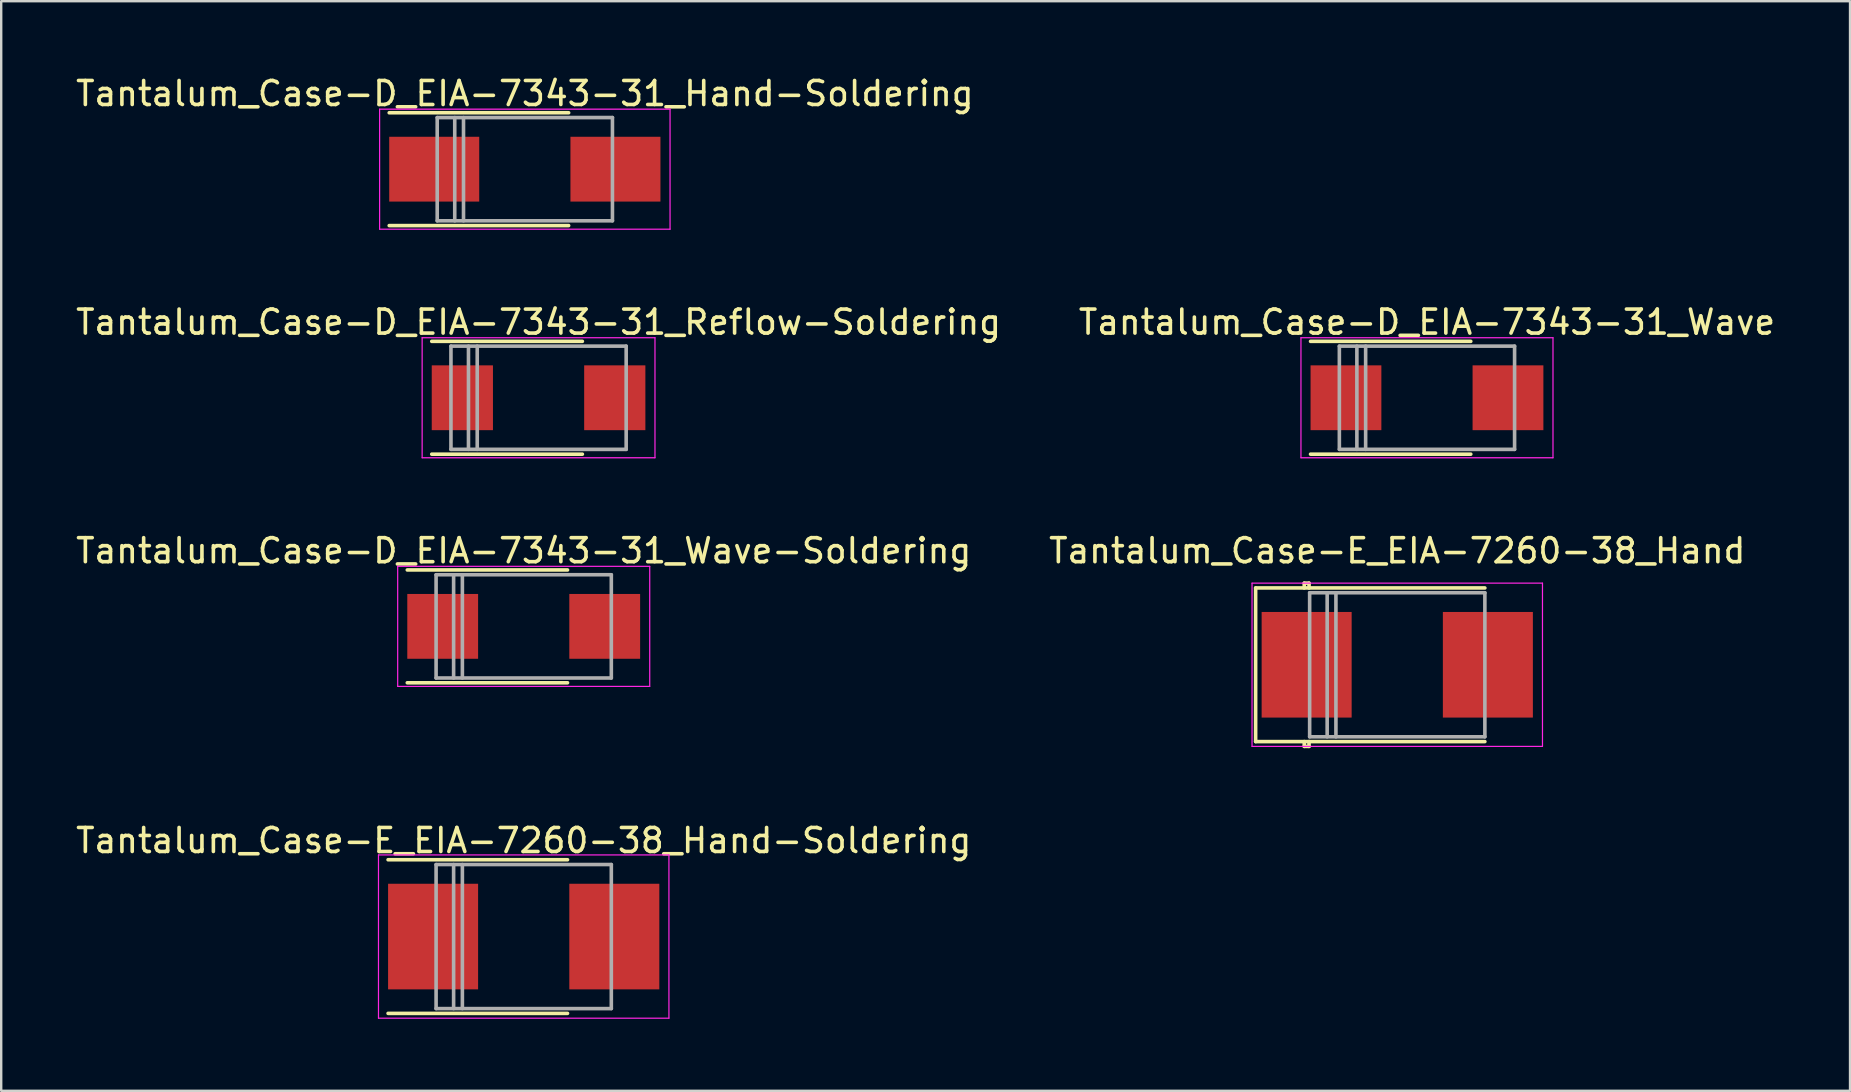
<source format=kicad_pcb>
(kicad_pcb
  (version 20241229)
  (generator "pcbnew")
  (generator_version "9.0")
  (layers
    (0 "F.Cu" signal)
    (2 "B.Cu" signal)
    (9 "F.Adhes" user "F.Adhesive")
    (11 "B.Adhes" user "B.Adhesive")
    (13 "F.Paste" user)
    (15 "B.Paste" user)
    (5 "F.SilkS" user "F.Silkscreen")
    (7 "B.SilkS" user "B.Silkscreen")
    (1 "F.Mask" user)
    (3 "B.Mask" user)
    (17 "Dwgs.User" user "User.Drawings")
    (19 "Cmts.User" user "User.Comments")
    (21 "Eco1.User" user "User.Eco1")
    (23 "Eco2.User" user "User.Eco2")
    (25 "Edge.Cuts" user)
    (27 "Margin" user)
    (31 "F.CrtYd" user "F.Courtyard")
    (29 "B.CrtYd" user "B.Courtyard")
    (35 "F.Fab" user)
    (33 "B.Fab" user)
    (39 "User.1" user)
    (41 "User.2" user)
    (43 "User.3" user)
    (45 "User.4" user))
  (footprint "Tantalum_Case-D_EIA-7343-31_Hand-Soldering"
    (layer "F.Cu")
    (at 18.815 3.998)
    (property "Reference" "Tantalum_Case-D_EIA-7343-31_Hand-Soldering" (at 0 -3.15 0) (layer "F.SilkS") (effects (font (size 1 1) (thickness 0.15))))
    (attr smd)
    (fp_line (start 1.825 -2.35) (end -5.65 -2.35) (stroke (width 0.15) (type solid)) (layer "F.SilkS"))
    (fp_line (start 1.825 2.35) (end -5.65 2.35) (stroke (width 0.15) (type solid)) (layer "F.SilkS"))
    (fp_line (start -6.05 -2.5) (end -6.05 2.5) (stroke (width 0.05) (type solid)) (layer "F.CrtYd"))
    (fp_line (start -6.05 2.5) (end 6.05 2.5) (stroke (width 0.05) (type solid)) (layer "F.CrtYd"))
    (fp_line (start 6.05 -2.5) (end -6.05 -2.5) (stroke (width 0.05) (type solid)) (layer "F.CrtYd"))
    (fp_line (start 6.05 2.5) (end 6.05 -2.5) (stroke (width 0.05) (type solid)) (layer "F.CrtYd"))
    (fp_line (start -3.65 -2.15) (end -3.65 2.15) (stroke (width 0.15) (type solid)) (layer "F.Fab"))
    (fp_line (start -3.65 2.15) (end 3.65 2.15) (stroke (width 0.15) (type solid)) (layer "F.Fab"))
    (fp_line (start -2.92 -2.15) (end -2.92 2.15) (stroke (width 0.15) (type solid)) (layer "F.Fab"))
    (fp_line (start -2.555 -2.15) (end -2.555 2.15) (stroke (width 0.15) (type solid)) (layer "F.Fab"))
    (fp_line (start 3.65 -2.15) (end -3.65 -2.15) (stroke (width 0.15) (type solid)) (layer "F.Fab"))
    (fp_line (start 3.65 2.15) (end 3.65 -2.15) (stroke (width 0.15) (type solid)) (layer "F.Fab"))
    (pad "1" smd rect (at -3.775 0) (size 3.75 2.7) (layers "F.Cu" "F.Mask" "F.Paste"))
    (pad "2" smd rect (at 3.775 0) (size 3.75 2.7) (layers "F.Cu" "F.Mask" "F.Paste")))
  (footprint "Tantalum_Case-E_EIA-7260-38_Hand-Soldering"
    (layer "F.Cu")
    (at 18.768 35.968)
    (property "Reference" "Tantalum_Case-E_EIA-7260-38_Hand-Soldering" (at 0 -4 0) (layer "F.SilkS") (effects (font (size 1 1) (thickness 0.15))))
    (attr smd)
    (fp_line (start 1.825 -3.2) (end -5.65 -3.2) (stroke (width 0.15) (type solid)) (layer "F.SilkS"))
    (fp_line (start 1.825 3.2) (end -5.65 3.2) (stroke (width 0.15) (type solid)) (layer "F.SilkS"))
    (fp_line (start -6.05 -3.4) (end -6.05 3.4) (stroke (width 0.05) (type solid)) (layer "F.CrtYd"))
    (fp_line (start -6.05 3.4) (end 6.05 3.4) (stroke (width 0.05) (type solid)) (layer "F.CrtYd"))
    (fp_line (start 6.05 -3.4) (end -6.05 -3.4) (stroke (width 0.05) (type solid)) (layer "F.CrtYd"))
    (fp_line (start 6.05 3.4) (end 6.05 -3.4) (stroke (width 0.05) (type solid)) (layer "F.CrtYd"))
    (fp_line (start -3.65 -3) (end -3.65 3) (stroke (width 0.15) (type solid)) (layer "F.Fab"))
    (fp_line (start -3.65 3) (end 3.65 3) (stroke (width 0.15) (type solid)) (layer "F.Fab"))
    (fp_line (start -2.92 -3) (end -2.92 3) (stroke (width 0.15) (type solid)) (layer "F.Fab"))
    (fp_line (start -2.555 -3) (end -2.555 3) (stroke (width 0.15) (type solid)) (layer "F.Fab"))
    (fp_line (start 3.65 -3) (end -3.65 -3) (stroke (width 0.15) (type solid)) (layer "F.Fab"))
    (fp_line (start 3.65 3) (end 3.65 -3) (stroke (width 0.15) (type solid)) (layer "F.Fab"))
    (pad "1" smd rect (at -3.775 0) (size 3.75 4.4) (layers "F.Cu" "F.Mask" "F.Paste"))
    (pad "2" smd rect (at 3.775 0) (size 3.75 4.4) (layers "F.Cu" "F.Mask" "F.Paste")))
  (footprint "Tantalum_Case-E_EIA-7260-38_Hand"
    (layer "F.Cu")
    (at 55.161 24.645)
    (property "Reference" "Tantalum_Case-E_EIA-7260-38_Hand" (at 0 -4.75 0) (layer "F.SilkS") (effects (font (size 1 1) (thickness 0.15))))
    (attr smd)
    (fp_line (start -5.9 -3.2) (end -5.9 3.2) (stroke (width 0.15) (type solid)) (layer "F.SilkS"))
    (fp_line (start -5.9 -3.2) (end 3.65 -3.2) (stroke (width 0.15) (type solid)) (layer "F.SilkS"))
    (fp_line (start -5.9 3.2) (end 3.65 3.2) (stroke (width 0.15) (type solid)) (layer "F.SilkS"))
    (fp_line (start -3.875 -3.4) (end -3.675 -3.4) (stroke (width 0.15) (type solid)) (layer "F.SilkS"))
    (fp_line (start -3.875 -3.2) (end -3.875 -3.4) (stroke (width 0.15) (type solid)) (layer "F.SilkS"))
    (fp_line (start -3.875 3.2) (end -3.875 3.4) (stroke (width 0.15) (type solid)) (layer "F.SilkS"))
    (fp_line (start -3.875 3.4) (end -3.675 3.4) (stroke (width 0.15) (type solid)) (layer "F.SilkS"))
    (fp_line (start -3.675 -3.4) (end -3.675 -3.2) (stroke (width 0.15) (type solid)) (layer "F.SilkS"))
    (fp_line (start -3.675 3.4) (end -3.675 3.2) (stroke (width 0.15) (type solid)) (layer "F.SilkS"))
    (fp_line (start -6.05 -3.4) (end -6.05 3.4) (stroke (width 0.05) (type solid)) (layer "F.CrtYd"))
    (fp_line (start -6.05 3.4) (end 6.05 3.4) (stroke (width 0.05) (type solid)) (layer "F.CrtYd"))
    (fp_line (start 6.05 -3.4) (end -6.05 -3.4) (stroke (width 0.05) (type solid)) (layer "F.CrtYd"))
    (fp_line (start 6.05 3.4) (end 6.05 -3.4) (stroke (width 0.05) (type solid)) (layer "F.CrtYd"))
    (fp_line (start -3.65 -3) (end -3.65 3) (stroke (width 0.15) (type solid)) (layer "F.Fab"))
    (fp_line (start -3.65 3) (end 3.65 3) (stroke (width 0.15) (type solid)) (layer "F.Fab"))
    (fp_line (start -2.92 -3) (end -2.92 3) (stroke (width 0.15) (type solid)) (layer "F.Fab"))
    (fp_line (start -2.555 -3) (end -2.555 3) (stroke (width 0.15) (type solid)) (layer "F.Fab"))
    (fp_line (start 3.65 -3) (end -3.65 -3) (stroke (width 0.15) (type solid)) (layer "F.Fab"))
    (fp_line (start 3.65 3) (end 3.65 -3) (stroke (width 0.15) (type solid)) (layer "F.Fab"))
    (pad "1" smd rect (at -3.775 0) (size 3.75 4.4) (layers "F.Cu" "F.Mask" "F.Paste"))
    (pad "2" smd rect (at 3.775 0) (size 3.75 4.4) (layers "F.Cu" "F.Mask" "F.Paste")))
  (footprint "Tantalum_Case-D_EIA-7343-31_Reflow-Soldering"
    (layer "F.Cu")
    (at 19.387 13.521)
    (property "Reference" "Tantalum_Case-D_EIA-7343-31_Reflow-Soldering" (at 0 -3.15 0) (layer "F.SilkS") (effects (font (size 1 1) (thickness 0.15))))
    (attr smd)
    (fp_line (start 1.825 -2.35) (end -4.45 -2.35) (stroke (width 0.15) (type solid)) (layer "F.SilkS"))
    (fp_line (start 1.825 2.35) (end -4.45 2.35) (stroke (width 0.15) (type solid)) (layer "F.SilkS"))
    (fp_line (start -4.85 -2.5) (end -4.85 2.5) (stroke (width 0.05) (type solid)) (layer "F.CrtYd"))
    (fp_line (start -4.85 2.5) (end 4.85 2.5) (stroke (width 0.05) (type solid)) (layer "F.CrtYd"))
    (fp_line (start 4.85 -2.5) (end -4.85 -2.5) (stroke (width 0.05) (type solid)) (layer "F.CrtYd"))
    (fp_line (start 4.85 2.5) (end 4.85 -2.5) (stroke (width 0.05) (type solid)) (layer "F.CrtYd"))
    (fp_line (start -3.65 -2.15) (end -3.65 2.15) (stroke (width 0.15) (type solid)) (layer "F.Fab"))
    (fp_line (start -3.65 2.15) (end 3.65 2.15) (stroke (width 0.15) (type solid)) (layer "F.Fab"))
    (fp_line (start -2.92 -2.15) (end -2.92 2.15) (stroke (width 0.15) (type solid)) (layer "F.Fab"))
    (fp_line (start -2.555 -2.15) (end -2.555 2.15) (stroke (width 0.15) (type solid)) (layer "F.Fab"))
    (fp_line (start 3.65 -2.15) (end -3.65 -2.15) (stroke (width 0.15) (type solid)) (layer "F.Fab"))
    (fp_line (start 3.65 2.15) (end 3.65 -2.15) (stroke (width 0.15) (type solid)) (layer "F.Fab"))
    (pad "1" smd rect (at -3.175 0) (size 2.55 2.7) (layers "F.Cu" "F.Mask" "F.Paste"))
    (pad "2" smd rect (at 3.175 0) (size 2.55 2.7) (layers "F.Cu" "F.Mask" "F.Paste")))
  (footprint "Tantalum_Case-D_EIA-7343-31_Wave"
    (layer "F.Cu")
    (at 56.399 13.521)
    (property "Reference" "Tantalum_Case-D_EIA-7343-31_Wave" (at 0 -3.15 0) (layer "F.SilkS") (effects (font (size 1 1) (thickness 0.15))))
    (attr smd)
    (fp_line (start 1.825 -2.35) (end -4.85 -2.35) (stroke (width 0.15) (type solid)) (layer "F.SilkS"))
    (fp_line (start 1.825 2.35) (end -4.85 2.35) (stroke (width 0.15) (type solid)) (layer "F.SilkS"))
    (fp_line (start -5.25 -2.5) (end -5.25 2.5) (stroke (width 0.05) (type solid)) (layer "F.CrtYd"))
    (fp_line (start -5.25 2.5) (end 5.25 2.5) (stroke (width 0.05) (type solid)) (layer "F.CrtYd"))
    (fp_line (start 5.25 -2.5) (end -5.25 -2.5) (stroke (width 0.05) (type solid)) (layer "F.CrtYd"))
    (fp_line (start 5.25 2.5) (end 5.25 -2.5) (stroke (width 0.05) (type solid)) (layer "F.CrtYd"))
    (fp_line (start -3.65 -2.15) (end -3.65 2.15) (stroke (width 0.15) (type solid)) (layer "F.Fab"))
    (fp_line (start -3.65 2.15) (end 3.65 2.15) (stroke (width 0.15) (type solid)) (layer "F.Fab"))
    (fp_line (start -2.92 -2.15) (end -2.92 2.15) (stroke (width 0.15) (type solid)) (layer "F.Fab"))
    (fp_line (start -2.555 -2.15) (end -2.555 2.15) (stroke (width 0.15) (type solid)) (layer "F.Fab"))
    (fp_line (start 3.65 -2.15) (end -3.65 -2.15) (stroke (width 0.15) (type solid)) (layer "F.Fab"))
    (fp_line (start 3.65 2.15) (end 3.65 -2.15) (stroke (width 0.15) (type solid)) (layer "F.Fab"))
    (pad "1" smd rect (at -3.375 0) (size 2.95 2.7) (layers "F.Cu" "F.Mask" "F.Paste"))
    (pad "2" smd rect (at 3.375 0) (size 2.95 2.7) (layers "F.Cu" "F.Mask" "F.Paste")))
  (footprint "Tantalum_Case-D_EIA-7343-31_Wave-Soldering"
    (layer "F.Cu")
    (at 18.768 23.045)
    (property "Reference" "Tantalum_Case-D_EIA-7343-31_Wave-Soldering" (at 0 -3.15 0) (layer "F.SilkS") (effects (font (size 1 1) (thickness 0.15))))
    (attr smd)
    (fp_line (start 1.825 -2.35) (end -4.85 -2.35) (stroke (width 0.15) (type solid)) (layer "F.SilkS"))
    (fp_line (start 1.825 2.35) (end -4.85 2.35) (stroke (width 0.15) (type solid)) (layer "F.SilkS"))
    (fp_line (start -5.25 -2.5) (end -5.25 2.5) (stroke (width 0.05) (type solid)) (layer "F.CrtYd"))
    (fp_line (start -5.25 2.5) (end 5.25 2.5) (stroke (width 0.05) (type solid)) (layer "F.CrtYd"))
    (fp_line (start 5.25 -2.5) (end -5.25 -2.5) (stroke (width 0.05) (type solid)) (layer "F.CrtYd"))
    (fp_line (start 5.25 2.5) (end 5.25 -2.5) (stroke (width 0.05) (type solid)) (layer "F.CrtYd"))
    (fp_line (start -3.65 -2.15) (end -3.65 2.15) (stroke (width 0.15) (type solid)) (layer "F.Fab"))
    (fp_line (start -3.65 2.15) (end 3.65 2.15) (stroke (width 0.15) (type solid)) (layer "F.Fab"))
    (fp_line (start -2.92 -2.15) (end -2.92 2.15) (stroke (width 0.15) (type solid)) (layer "F.Fab"))
    (fp_line (start -2.555 -2.15) (end -2.555 2.15) (stroke (width 0.15) (type solid)) (layer "F.Fab"))
    (fp_line (start 3.65 -2.15) (end -3.65 -2.15) (stroke (width 0.15) (type solid)) (layer "F.Fab"))
    (fp_line (start 3.65 2.15) (end 3.65 -2.15) (stroke (width 0.15) (type solid)) (layer "F.Fab"))
    (pad "1" smd rect (at -3.375 0) (size 2.95 2.7) (layers "F.Cu" "F.Mask" "F.Paste"))
    (pad "2" smd rect (at 3.375 0) (size 2.95 2.7) (layers "F.Cu" "F.Mask" "F.Paste")))
  (gr_rect
    (start -3 -3)
    (end 74.024 42.393)
    (stroke (width 0.1) (type default))
    (fill no)
    (layer "Edge.Cuts")))
</source>
